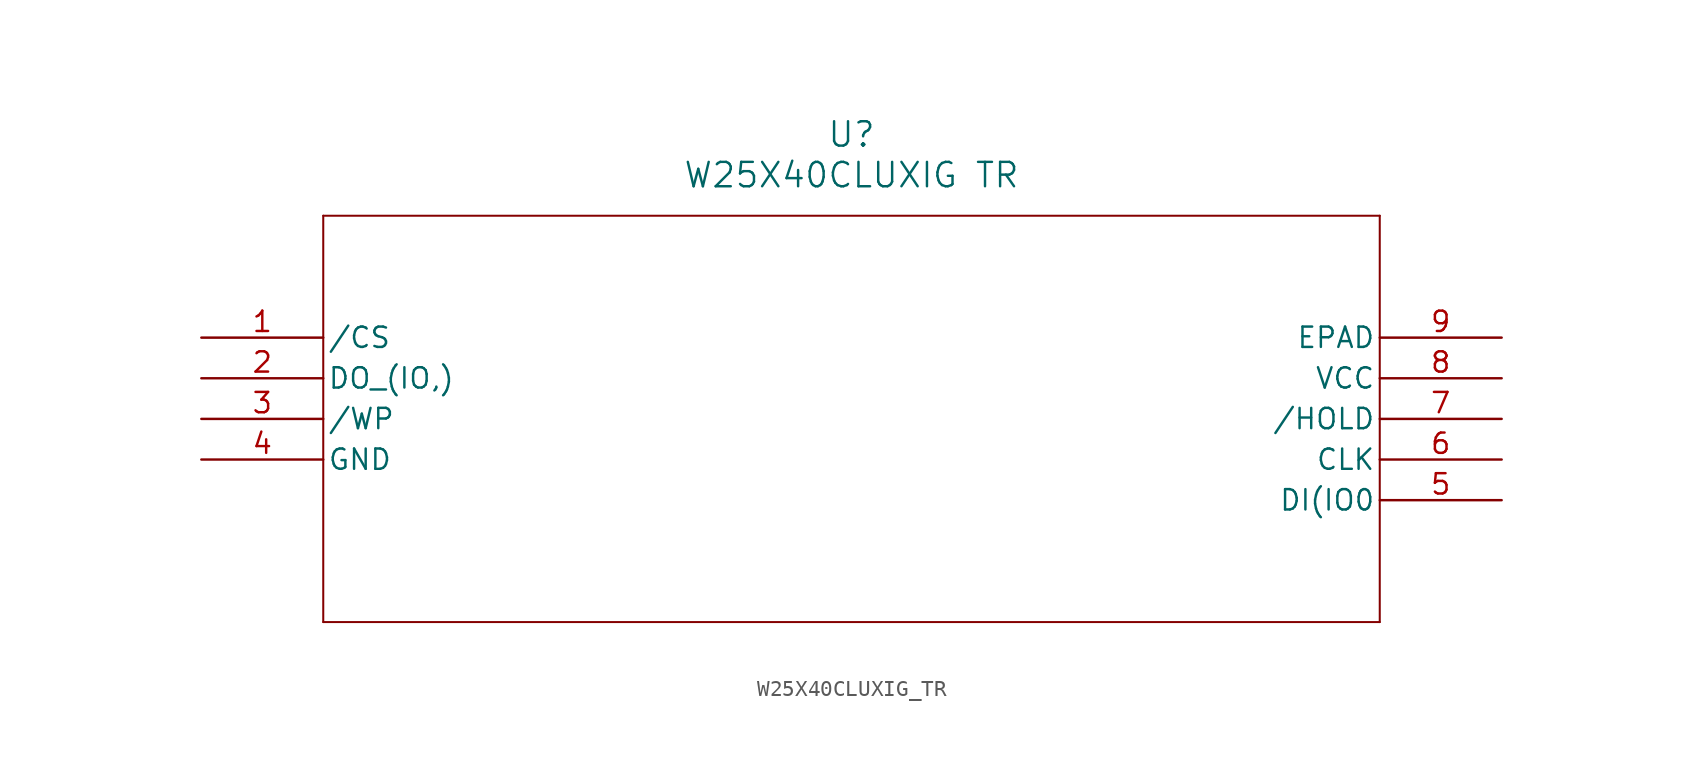
<source format=kicad_sym>
(kicad_symbol_lib
  (version 20241209)
  (generator "kicad_symbol_editor")
  (generator_version "9.0")
  (symbol "W25X40CLUXIG_TR"
    (pin_names
      (offset 0.254))
    (property "Reference" "U"
      (at 40.64 12.7 0)
      (effects (font (size 1.524 1.524))))
    (property "Value" "W25X40CLUXIG TR"
      (at 40.64 10.16 0)
      (effects (font (size 1.524 1.524))))
    (property "ki_locked" ""
      (at 0 0 0)
      (effects (font (size 1.27 1.27))))
    (symbol "W25X40CLUXIG_TR_0_1"
      (polyline (pts (xy 7.62 7.62) (xy 7.62 -17.78)) (stroke (width 0.127) (type default)) (fill (type none)))
      (polyline (pts (xy 7.62 -17.78) (xy 73.66 -17.78)) (stroke (width 0.127) (type default)) (fill (type none)))
      (polyline (pts (xy 73.66 7.62) (xy 7.62 7.62)) (stroke (width 0.127) (type default)) (fill (type none)))
      (polyline (pts (xy 73.66 -17.78) (xy 73.66 7.62)) (stroke (width 0.127) (type default)) (fill (type none)))
      (pin unspecified line (at 0 0 0) (length 7.62) (name "/CS" (effects (font (size 1.27 1.27)))) (number "1" (effects (font (size 1.27 1.27)))))
      (pin unspecified line (at 0 -2.54 0) (length 7.62) (name "DO_(IO,)" (effects (font (size 1.27 1.27)))) (number "2" (effects (font (size 1.27 1.27)))))
      (pin unspecified line (at 0 -5.08 0) (length 7.62) (name "/WP" (effects (font (size 1.27 1.27)))) (number "3" (effects (font (size 1.27 1.27)))))
      (pin power_out line (at 0 -7.62 0) (length 7.62) (name "GND" (effects (font (size 1.27 1.27)))) (number "4" (effects (font (size 1.27 1.27)))))
      (pin unspecified line (at 81.28 0 180) (length 7.62) (name "EPAD" (effects (font (size 1.27 1.27)))) (number "9" (effects (font (size 1.27 1.27)))))
      (pin power_in line (at 81.28 -2.54 180) (length 7.62) (name "VCC" (effects (font (size 1.27 1.27)))) (number "8" (effects (font (size 1.27 1.27)))))
      (pin unspecified line (at 81.28 -5.08 180) (length 7.62) (name "/HOLD" (effects (font (size 1.27 1.27)))) (number "7" (effects (font (size 1.27 1.27)))))
      (pin unspecified line (at 81.28 -7.62 180) (length 7.62) (name "CLK" (effects (font (size 1.27 1.27)))) (number "6" (effects (font (size 1.27 1.27)))))
      (pin unspecified line (at 81.28 -10.16 180) (length 7.62) (name "DI(IO0" (effects (font (size 1.27 1.27)))) (number "5" (effects (font (size 1.27 1.27))))))))
</source>
